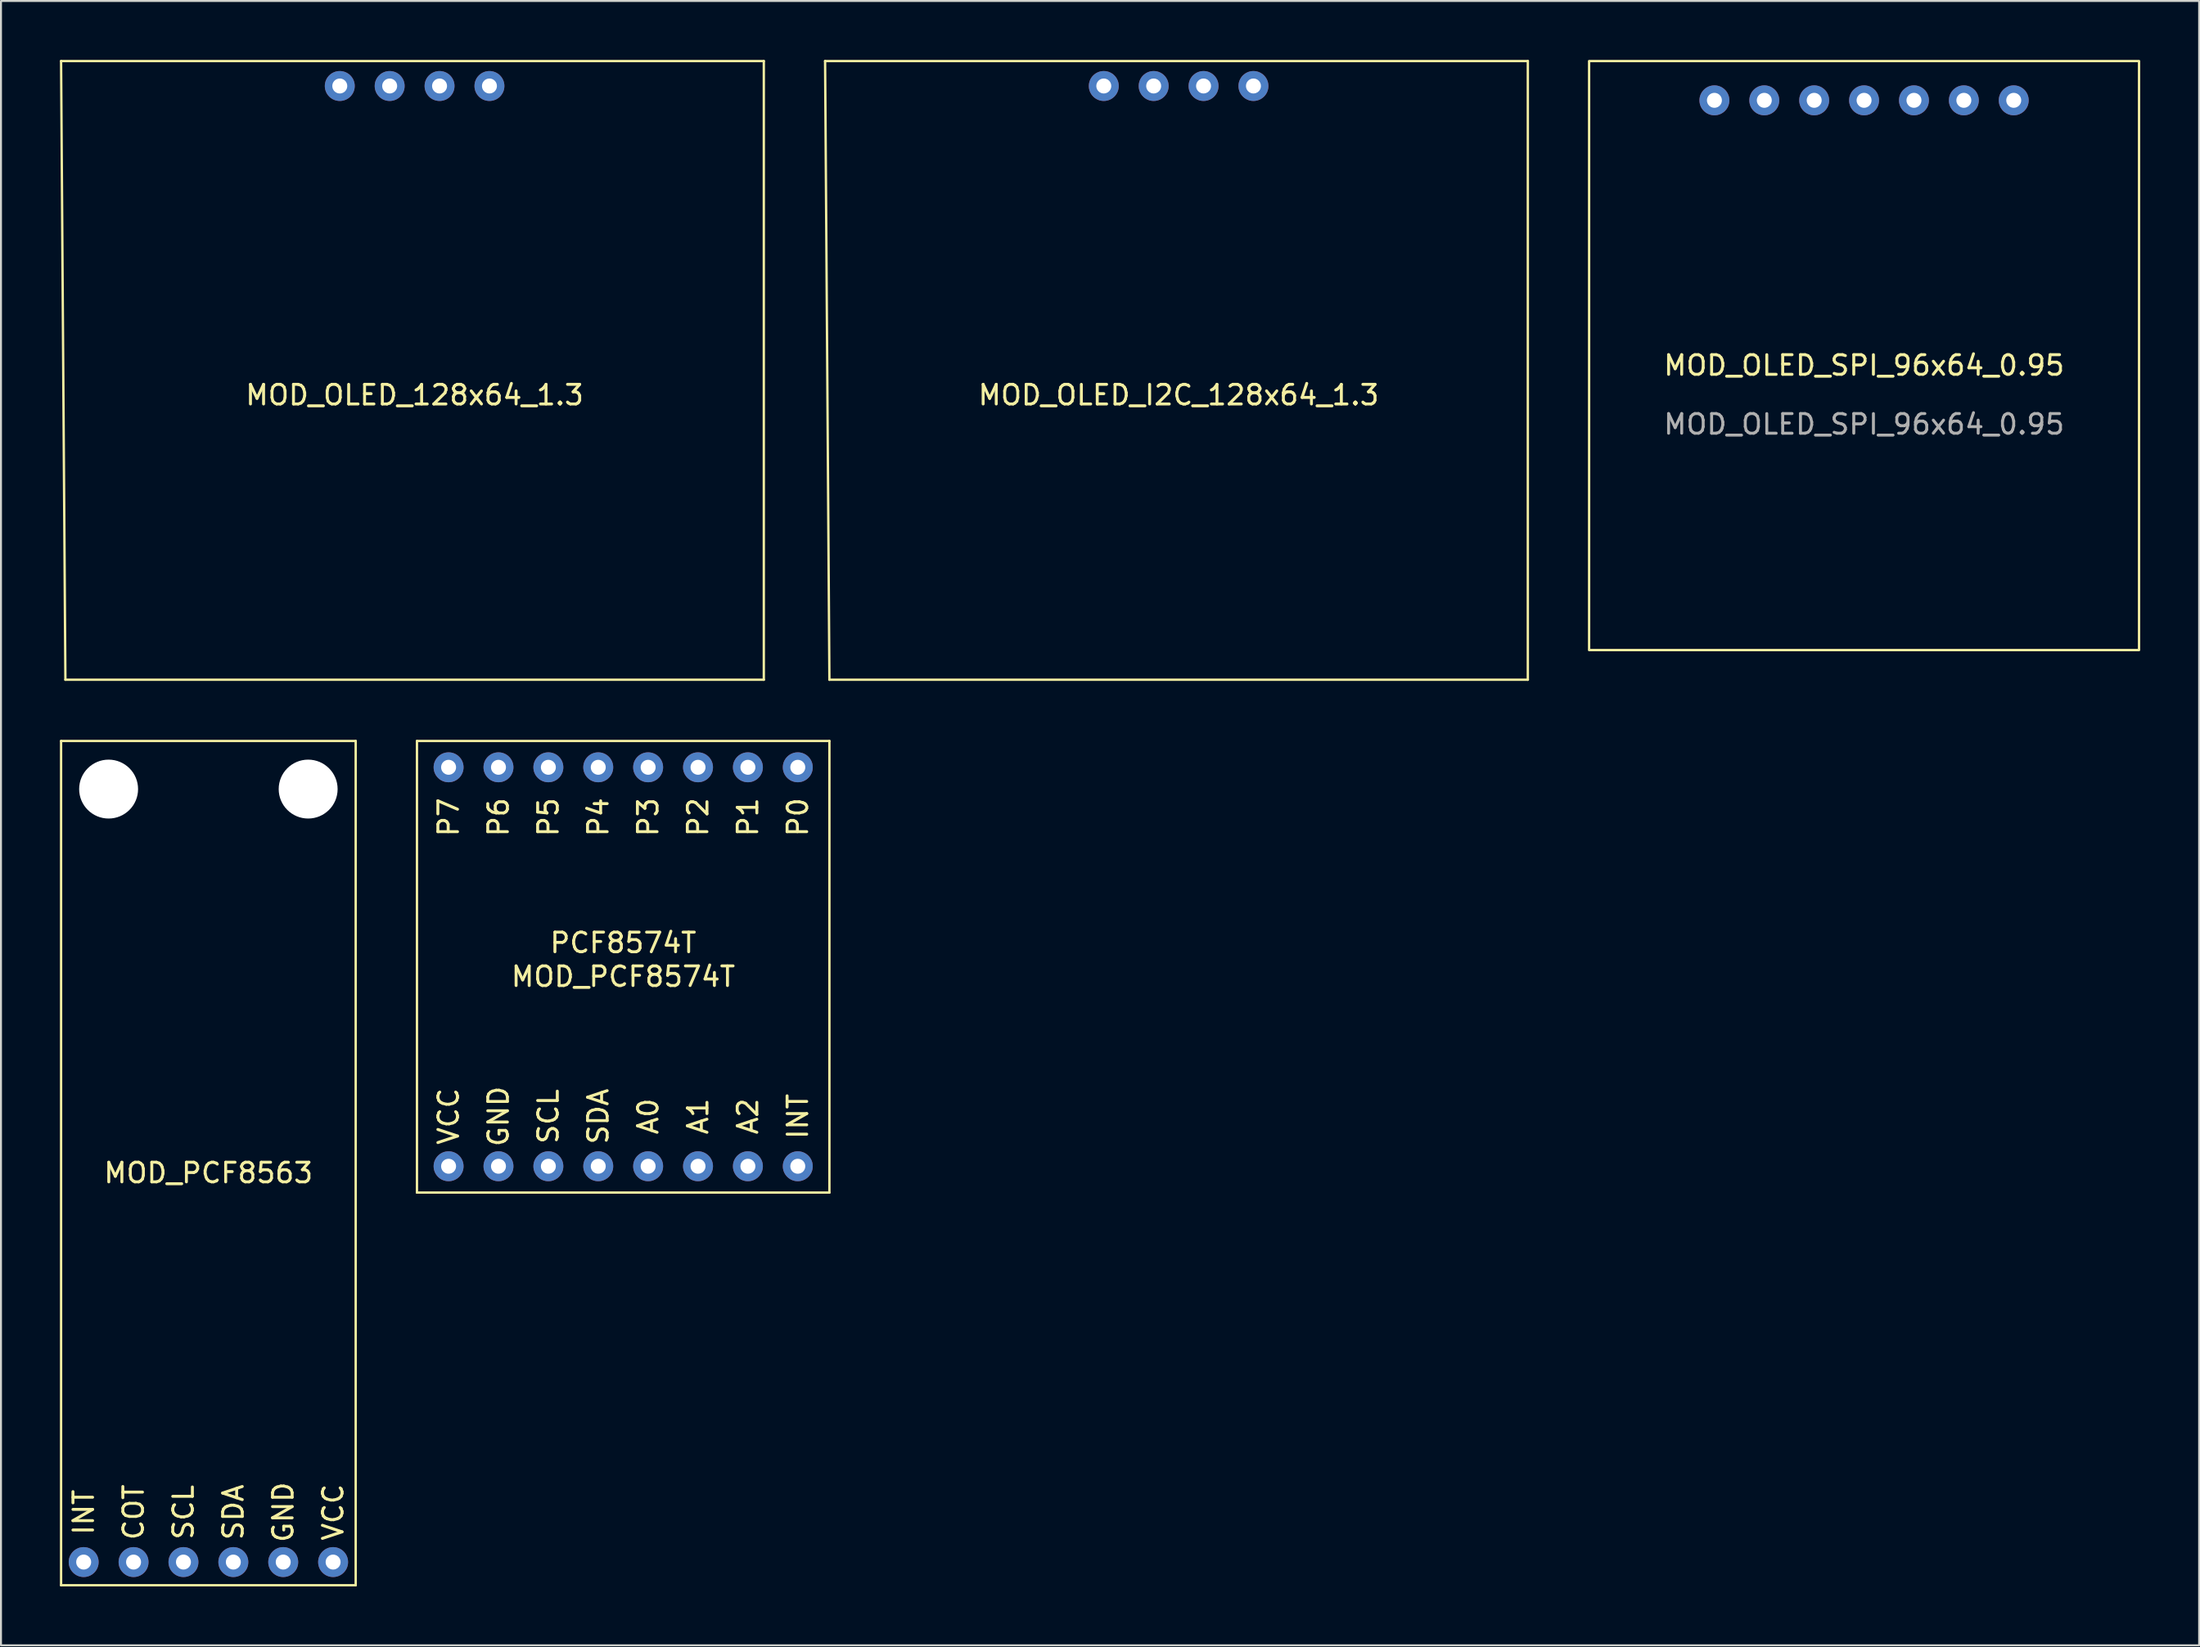
<source format=kicad_pcb>
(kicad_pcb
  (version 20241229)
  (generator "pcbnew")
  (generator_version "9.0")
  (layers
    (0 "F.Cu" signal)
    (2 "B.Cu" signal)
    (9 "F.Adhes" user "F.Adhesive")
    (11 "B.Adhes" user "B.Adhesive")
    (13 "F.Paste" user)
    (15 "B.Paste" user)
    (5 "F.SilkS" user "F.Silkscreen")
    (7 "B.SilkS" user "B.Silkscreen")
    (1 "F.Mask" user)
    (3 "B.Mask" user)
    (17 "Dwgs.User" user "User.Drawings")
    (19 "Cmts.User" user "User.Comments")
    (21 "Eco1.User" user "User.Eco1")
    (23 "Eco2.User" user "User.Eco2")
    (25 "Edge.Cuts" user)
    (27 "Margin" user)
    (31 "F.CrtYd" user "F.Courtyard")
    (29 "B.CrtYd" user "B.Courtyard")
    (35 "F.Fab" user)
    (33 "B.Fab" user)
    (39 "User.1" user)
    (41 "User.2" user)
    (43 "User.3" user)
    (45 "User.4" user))
  (footprint "MOD_OLED_128x64_1.3"
    (layer "F.Cu")
    (at 18.06 16.57)
    (property "Reference" "MOD_OLED_128x64_1.3" (at 0 0.5 0) (layer "F.SilkS") (effects (font (size 1 1) (thickness 0.15))))
    (attr through_hole)
    (fp_line (start -18 -16.51) (end 17.78 -16.51) (stroke (width 0.12) (type solid)) (layer "F.SilkS"))
    (fp_line (start -17.78 15) (end -18 -16.51) (stroke (width 0.12) (type solid)) (layer "F.SilkS"))
    (fp_line (start -17.78 15) (end 17.78 15) (stroke (width 0.12) (type solid)) (layer "F.SilkS"))
    (fp_line (start 17.78 -16.51) (end 17.78 15) (stroke (width 0.12) (type solid)) (layer "F.SilkS"))
    (pad "1" thru_hole circle (at -3.81 -15.24) (size 1.524 1.524) (drill 0.762) (layers "*.Cu" "*.Mask"))
    (pad "2" thru_hole circle (at -1.27 -15.24) (size 1.524 1.524) (drill 0.762) (layers "*.Cu" "*.Mask"))
    (pad "3" thru_hole circle (at 1.27 -15.24) (size 1.524 1.524) (drill 0.762) (layers "*.Cu" "*.Mask"))
    (pad "4" thru_hole circle (at 3.81 -15.24) (size 1.524 1.524) (drill 0.762) (layers "*.Cu" "*.Mask")))
  (footprint "MOD_OLED_I2C_128x64_1.3"
    (layer "F.Cu")
    (at 56.96 16.57)
    (property "Reference" "MOD_OLED_I2C_128x64_1.3" (at 0 0.5 0) (layer "F.SilkS") (effects (font (size 1 1) (thickness 0.15))))
    (attr through_hole)
    (fp_line (start -18 -16.51) (end 17.78 -16.51) (stroke (width 0.12) (type solid)) (layer "F.SilkS"))
    (fp_line (start -17.78 15) (end -18 -16.51) (stroke (width 0.12) (type solid)) (layer "F.SilkS"))
    (fp_line (start -17.78 15) (end 17.78 15) (stroke (width 0.12) (type solid)) (layer "F.SilkS"))
    (fp_line (start 17.78 -16.51) (end 17.78 15) (stroke (width 0.12) (type solid)) (layer "F.SilkS"))
    (pad "1" thru_hole circle (at -3.81 -15.24) (size 1.524 1.524) (drill 0.762) (layers "*.Cu" "*.Mask"))
    (pad "2" thru_hole circle (at -1.27 -15.24) (size 1.524 1.524) (drill 0.762) (layers "*.Cu" "*.Mask"))
    (pad "3" thru_hole circle (at 1.27 -15.24) (size 1.524 1.524) (drill 0.762) (layers "*.Cu" "*.Mask"))
    (pad "4" thru_hole circle (at 3.81 -15.24) (size 1.524 1.524) (drill 0.762) (layers "*.Cu" "*.Mask")))
  (footprint "MOD_PCF8563"
    (layer "F.Cu")
    (at 7.56 56.19)
    (property "Reference" "MOD_PCF8563" (at 0 0.5 0) (layer "F.SilkS") (effects (font (size 1 1) (thickness 0.15))))
    (attr through_hole)
    (fp_line (start -7.5 -21.5) (end -7.5 21.5) (stroke (width 0.12) (type solid)) (layer "F.SilkS"))
    (fp_line (start -7.5 21.5) (end 7.5 21.5) (stroke (width 0.12) (type solid)) (layer "F.SilkS"))
    (fp_line (start 7.5 -21.5) (end -7.5 -21.5) (stroke (width 0.12) (type solid)) (layer "F.SilkS"))
    (fp_line (start 7.5 21.5) (end 7.5 -21.5) (stroke (width 0.12) (type solid)) (layer "F.SilkS"))
    (fp_text user "SDA" (at 1.27 17.78 90) (layer "F.SilkS") (effects (font (size 1 1) (thickness 0.15))))
    (fp_text user "VCC" (at 6.35 17.78 90) (layer "F.SilkS") (effects (font (size 1 1) (thickness 0.15))))
    (fp_text user "GND" (at 3.81 17.78 270) (layer "F.SilkS") (effects (font (size 1 1) (thickness 0.15))))
    (fp_text user "SCL" (at -1.27 17.78 90) (layer "F.SilkS") (effects (font (size 1 1) (thickness 0.15))))
    (fp_text user "COT" (at -3.81 17.78 90) (layer "F.SilkS") (effects (font (size 1 1) (thickness 0.15))))
    (fp_text user "INT" (at -6.35 17.78 90) (layer "F.SilkS") (effects (font (size 1 1) (thickness 0.15))))
    (pad "" np_thru_hole circle (at -5.08 -19.05) (size 3 3) (drill 3) (layers "*.Cu" "*.Mask"))
    (pad "" np_thru_hole circle (at 5.08 -19.05) (size 3 3) (drill 3) (layers "*.Cu" "*.Mask"))
    (pad "1" thru_hole circle (at -6.35 20.32) (size 1.524 1.524) (drill 0.762) (layers "*.Cu" "*.Mask"))
    (pad "2" thru_hole circle (at -3.81 20.32) (size 1.524 1.524) (drill 0.762) (layers "*.Cu" "*.Mask"))
    (pad "3" thru_hole circle (at -1.27 20.32) (size 1.524 1.524) (drill 0.762) (layers "*.Cu" "*.Mask"))
    (pad "4" thru_hole circle (at 1.27 20.32) (size 1.524 1.524) (drill 0.762) (layers "*.Cu" "*.Mask"))
    (pad "5" thru_hole circle (at 3.81 20.32) (size 1.524 1.524) (drill 0.762) (layers "*.Cu" "*.Mask"))
    (pad "6" thru_hole circle (at 6.35 20.32) (size 1.524 1.524) (drill 0.762) (layers "*.Cu" "*.Mask")))
  (footprint "MOD_OLED_SPI_96x64_0.95"
    (layer "F.Cu")
    (at 91.86 16.06)
    (property "Reference" "MOD_OLED_SPI_96x64_0.95" (at 0 -0.5 0) (unlocked yes) (layer "F.SilkS") (effects (font (size 1 1) (thickness 0.15))))
    (attr smd)
    (fp_rect (start -14 -16) (end 14 14) (stroke (width 0.12) (type solid)) (fill no) (layer "F.SilkS"))
    (fp_text user "${REFERENCE}" (at 0 2.5 0) (unlocked yes) (layer "F.Fab") (effects (font (size 1 1) (thickness 0.15))))
    (pad "1" thru_hole circle (at -7.62 -14) (size 1.524 1.524) (drill 0.762) (layers "*.Cu" "*.Mask"))
    (pad "2" thru_hole circle (at -5.08 -14) (size 1.524 1.524) (drill 0.762) (layers "*.Cu" "*.Mask"))
    (pad "3" thru_hole circle (at -2.54 -14) (size 1.524 1.524) (drill 0.762) (layers "*.Cu" "*.Mask"))
    (pad "4" thru_hole circle (at 0 -14) (size 1.524 1.524) (drill 0.762) (layers "*.Cu" "*.Mask"))
    (pad "5" thru_hole circle (at 2.54 -14) (size 1.524 1.524) (drill 0.762) (layers "*.Cu" "*.Mask"))
    (pad "6" thru_hole circle (at 5.08 -14) (size 1.524 1.524) (drill 0.762) (layers "*.Cu" "*.Mask"))
    (pad "7" thru_hole circle (at 7.62 -14) (size 1.524 1.524) (drill 0.762) (layers "*.Cu" "*.Mask")))
  (footprint "MOD_PCF8574T"
    (layer "F.Cu")
    (at 28.68 46.19)
    (property "Reference" "MOD_PCF8574T" (at 0 0.5 0) (layer "F.SilkS") (effects (font (size 1 1) (thickness 0.15))))
    (attr through_hole)
    (fp_line (start -10.5 -11.5) (end 10.5 -11.5) (stroke (width 0.12) (type solid)) (layer "F.SilkS"))
    (fp_line (start -10.5 11.5) (end -10.5 -11.5) (stroke (width 0.12) (type solid)) (layer "F.SilkS"))
    (fp_line (start -10.5 11.5) (end 10.5 11.5) (stroke (width 0.12) (type solid)) (layer "F.SilkS"))
    (fp_line (start 10.5 11.5) (end 10.5 -11.5) (stroke (width 0.12) (type solid)) (layer "F.SilkS"))
    (fp_text user "A0" (at 1.27 7.62 90) (layer "F.SilkS") (effects (font (size 1 1) (thickness 0.15))))
    (fp_text user "VCC" (at -8.89 7.62 90) (layer "F.SilkS") (effects (font (size 1 1) (thickness 0.15))))
    (fp_text user "P7" (at -8.89 -7.62 90) (layer "F.SilkS") (effects (font (size 1 1) (thickness 0.15))))
    (fp_text user "P4" (at -1.27 -7.62 90) (layer "F.SilkS") (effects (font (size 1 1) (thickness 0.15))))
    (fp_text user "SDA" (at -1.27 7.62 90) (layer "F.SilkS") (effects (font (size 1 1) (thickness 0.15))))
    (fp_text user "P6" (at -6.35 -7.62 90) (layer "F.SilkS") (effects (font (size 1 1) (thickness 0.15))))
    (fp_text user "INT" (at 8.89 7.62 90) (layer "F.SilkS") (effects (font (size 1 1) (thickness 0.15))))
    (fp_text user "SCL" (at -3.81 7.62 90) (layer "F.SilkS") (effects (font (size 1 1) (thickness 0.15))))
    (fp_text user "P5" (at -3.81 -7.62 90) (layer "F.SilkS") (effects (font (size 1 1) (thickness 0.15))))
    (fp_text user "P1" (at 6.35 -7.62 90) (layer "F.SilkS") (effects (font (size 1 1) (thickness 0.15))))
    (fp_text user "P3" (at 1.27 -7.62 90) (layer "F.SilkS") (effects (font (size 1 1) (thickness 0.15))))
    (fp_text user "A2" (at 6.35 7.62 90) (layer "F.SilkS") (effects (font (size 1 1) (thickness 0.15))))
    (fp_text user "A1" (at 3.81 7.62 90) (layer "F.SilkS") (effects (font (size 1 1) (thickness 0.15))))
    (fp_text user "P0" (at 8.89 -7.62 90) (layer "F.SilkS") (effects (font (size 1 1) (thickness 0.15))))
    (fp_text user "GND" (at -6.35 7.62 90) (layer "F.SilkS") (effects (font (size 1 1) (thickness 0.15))))
    (fp_text user "PCF8574T" (at 0 -0.635 0) (unlocked yes) (layer "F.SilkS") (effects (font (size 1 1) (thickness 0.15)) (justify bottom)))
    (fp_text user "P2" (at 3.81 -7.62 90) (layer "F.SilkS") (effects (font (size 1 1) (thickness 0.15))))
    (pad "1" thru_hole circle (at -8.89 10.16) (size 1.524 1.524) (drill 0.762) (layers "*.Cu" "*.Mask"))
    (pad "2" thru_hole circle (at -6.35 10.16) (size 1.524 1.524) (drill 0.762) (layers "*.Cu" "*.Mask"))
    (pad "3" thru_hole circle (at -3.81 10.16) (size 1.524 1.524) (drill 0.762) (layers "*.Cu" "*.Mask"))
    (pad "4" thru_hole circle (at -1.27 10.16) (size 1.524 1.524) (drill 0.762) (layers "*.Cu" "*.Mask"))
    (pad "5" thru_hole circle (at 1.27 10.16) (size 1.524 1.524) (drill 0.762) (layers "*.Cu" "*.Mask"))
    (pad "6" thru_hole circle (at 3.81 10.16) (size 1.524 1.524) (drill 0.762) (layers "*.Cu" "*.Mask"))
    (pad "7" thru_hole circle (at 6.35 10.16) (size 1.524 1.524) (drill 0.762) (layers "*.Cu" "*.Mask"))
    (pad "8" thru_hole circle (at 8.89 10.16) (size 1.524 1.524) (drill 0.762) (layers "*.Cu" "*.Mask"))
    (pad "9" thru_hole circle (at 8.89 -10.16) (size 1.524 1.524) (drill 0.762) (layers "*.Cu" "*.Mask"))
    (pad "10" thru_hole circle (at 6.35 -10.16) (size 1.524 1.524) (drill 0.762) (layers "*.Cu" "*.Mask"))
    (pad "11" thru_hole circle (at 3.81 -10.16) (size 1.524 1.524) (drill 0.762) (layers "*.Cu" "*.Mask"))
    (pad "12" thru_hole circle (at 1.27 -10.16) (size 1.524 1.524) (drill 0.762) (layers "*.Cu" "*.Mask"))
    (pad "13" thru_hole circle (at -1.27 -10.16) (size 1.524 1.524) (drill 0.762) (layers "*.Cu" "*.Mask"))
    (pad "14" thru_hole circle (at -3.81 -10.16) (size 1.524 1.524) (drill 0.762) (layers "*.Cu" "*.Mask"))
    (pad "15" thru_hole circle (at -6.35 -10.16) (size 1.524 1.524) (drill 0.762) (layers "*.Cu" "*.Mask"))
    (pad "16" thru_hole circle (at -8.89 -10.16) (size 1.524 1.524) (drill 0.762) (layers "*.Cu" "*.Mask")))
  (gr_rect
    (start -3 -3)
    (end 108.92 80.75)
    (stroke (width 0.1) (type default))
    (fill no)
    (layer "Edge.Cuts")))
</source>
